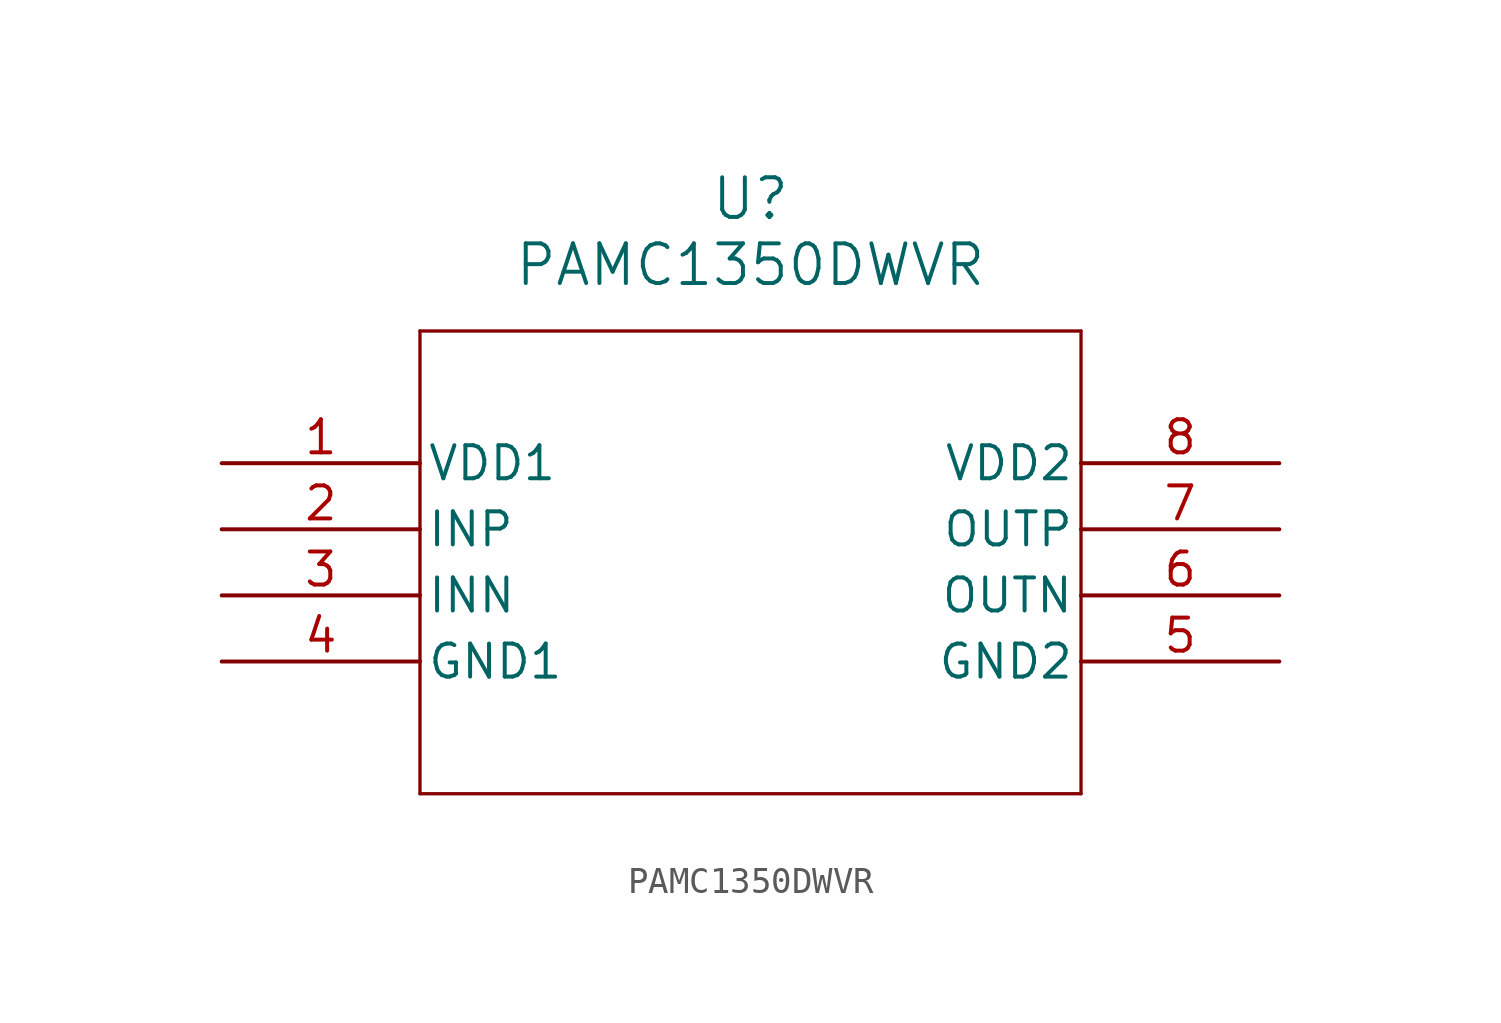
<source format=kicad_sym>
(kicad_symbol_lib
  (version 20211014)
  (generator kicad_symbol_editor)
  (symbol "PAMC1350DWVR"
    (pin_names
      (offset 0.254))
    (property "Reference" "U"
      (at 20.32 10.16 0)
      (effects (font (size 1.524 1.524))))
    (property "Value" "PAMC1350DWVR"
      (at 20.32 7.62 0)
      (effects (font (size 1.524 1.524))))
    (symbol "PAMC1350DWVR_0_1"
      (polyline (pts (xy 7.62 5.08) (xy 7.62 -12.7)) (stroke (width 0.127) (type default) (color 0 0 0 0)) (fill (type none)))
      (polyline (pts (xy 7.62 -12.7) (xy 33.02 -12.7)) (stroke (width 0.127) (type default) (color 0 0 0 0)) (fill (type none)))
      (polyline (pts (xy 33.02 -12.7) (xy 33.02 5.08)) (stroke (width 0.127) (type default) (color 0 0 0 0)) (fill (type none)))
      (polyline (pts (xy 33.02 5.08) (xy 7.62 5.08)) (stroke (width 0.127) (type default) (color 0 0 0 0)) (fill (type none)))
      (pin power_in line (at 0 0 0) (length 7.62) (name "VDD1" (effects (font (size 1.27 1.27)))) (number "1" (effects (font (size 1.27 1.27)))))
      (pin input line (at 0 -2.54 0) (length 7.62) (name "INP" (effects (font (size 1.27 1.27)))) (number "2" (effects (font (size 1.27 1.27)))))
      (pin input line (at 0 -5.08 0) (length 7.62) (name "INN" (effects (font (size 1.27 1.27)))) (number "3" (effects (font (size 1.27 1.27)))))
      (pin power_out line (at 0 -7.62 0) (length 7.62) (name "GND1" (effects (font (size 1.27 1.27)))) (number "4" (effects (font (size 1.27 1.27)))))
      (pin power_out line (at 40.64 -7.62 180) (length 7.62) (name "GND2" (effects (font (size 1.27 1.27)))) (number "5" (effects (font (size 1.27 1.27)))))
      (pin output line (at 40.64 -5.08 180) (length 7.62) (name "OUTN" (effects (font (size 1.27 1.27)))) (number "6" (effects (font (size 1.27 1.27)))))
      (pin output line (at 40.64 -2.54 180) (length 7.62) (name "OUTP" (effects (font (size 1.27 1.27)))) (number "7" (effects (font (size 1.27 1.27)))))
      (pin power_in line (at 40.64 0 180) (length 7.62) (name "VDD2" (effects (font (size 1.27 1.27)))) (number "8" (effects (font (size 1.27 1.27))))))))
</source>
